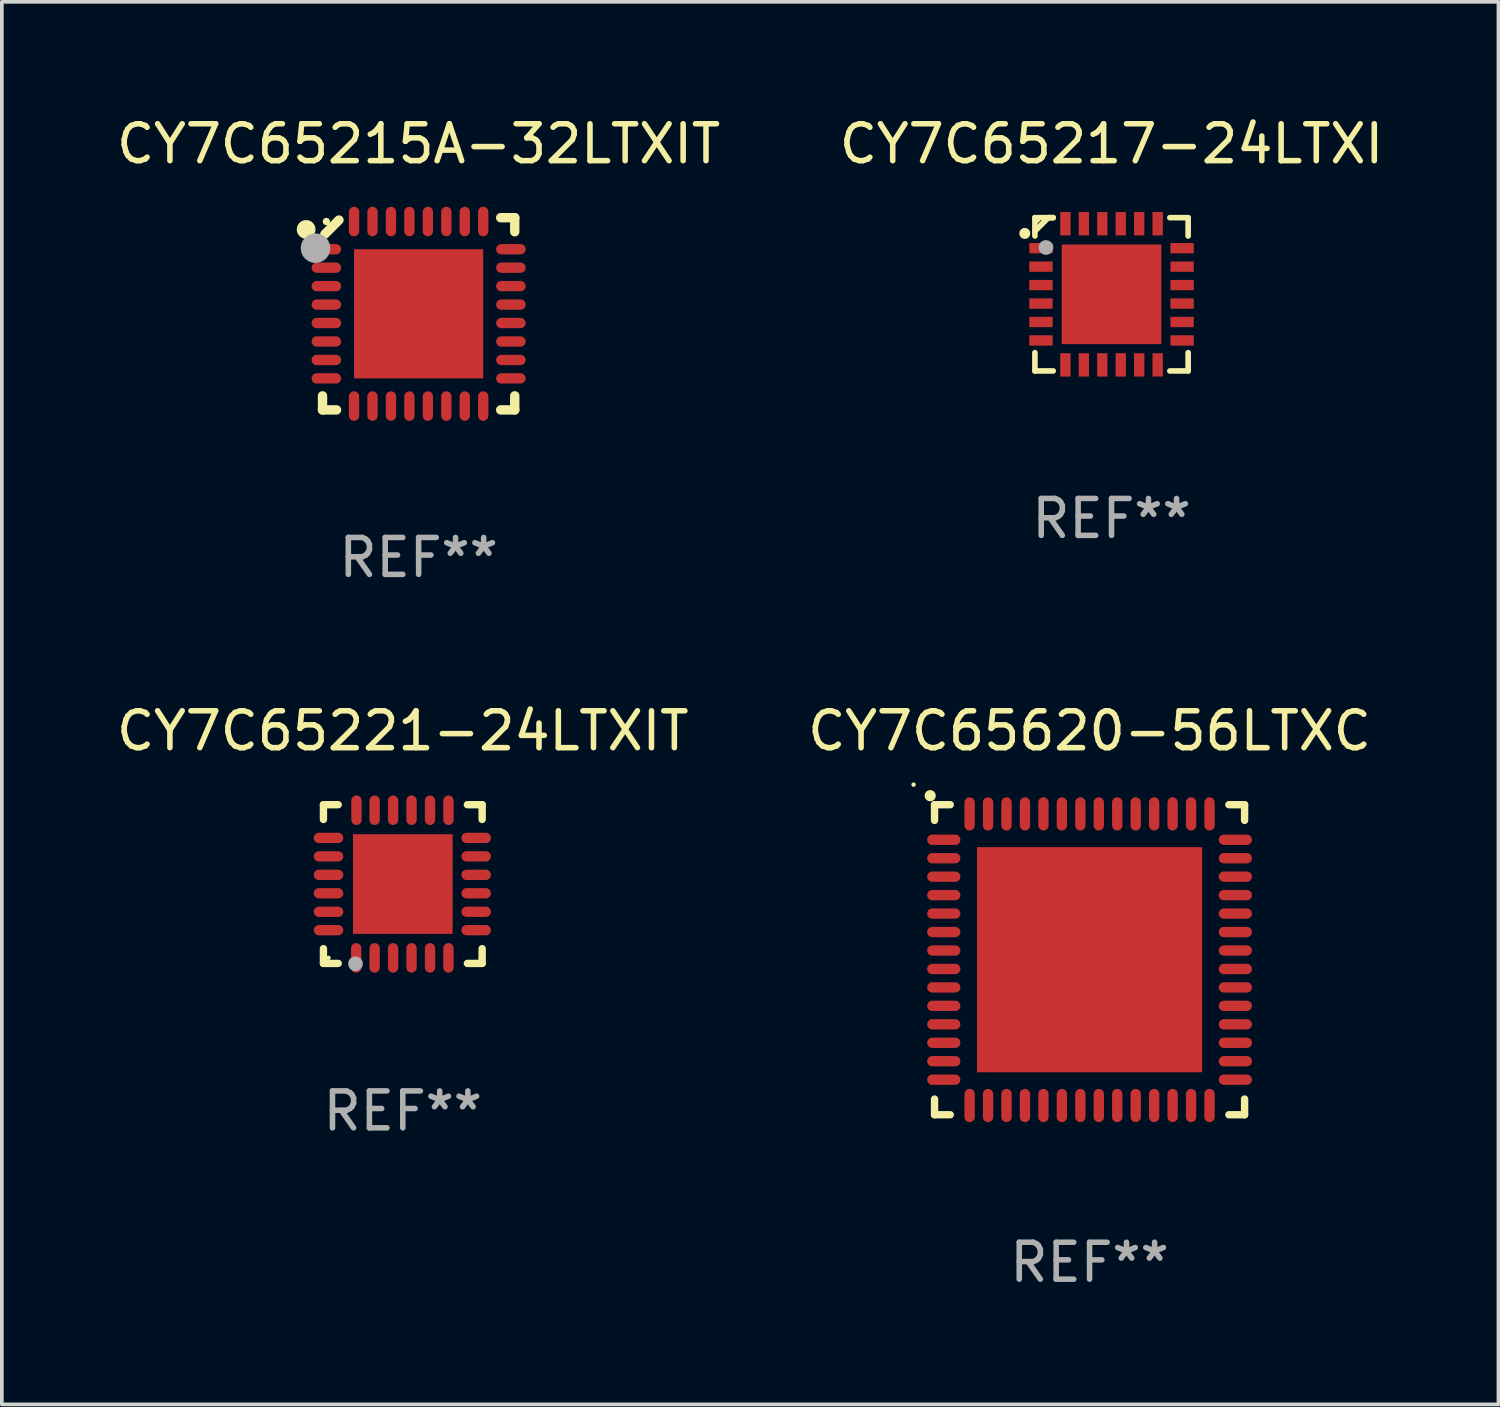
<source format=kicad_pcb>
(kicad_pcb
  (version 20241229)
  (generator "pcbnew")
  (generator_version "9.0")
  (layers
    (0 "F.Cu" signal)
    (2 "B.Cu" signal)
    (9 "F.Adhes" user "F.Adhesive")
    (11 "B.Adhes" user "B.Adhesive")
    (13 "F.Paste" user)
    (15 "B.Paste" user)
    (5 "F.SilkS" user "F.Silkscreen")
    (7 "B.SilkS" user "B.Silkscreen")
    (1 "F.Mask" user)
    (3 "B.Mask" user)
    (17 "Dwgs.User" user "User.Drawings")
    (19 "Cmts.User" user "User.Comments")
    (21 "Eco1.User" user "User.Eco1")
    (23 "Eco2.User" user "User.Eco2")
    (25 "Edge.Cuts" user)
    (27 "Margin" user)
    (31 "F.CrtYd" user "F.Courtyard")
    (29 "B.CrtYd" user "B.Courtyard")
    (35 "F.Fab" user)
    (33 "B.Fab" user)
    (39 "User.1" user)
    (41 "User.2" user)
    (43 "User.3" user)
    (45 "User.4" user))
  (footprint "CY7C65215A-32LTXIT"
    (layer "F.Cu")
    (at 8.292 5.452)
    (property "Reference" "CY7C65215A-32LTXIT" (at 0 -4.604 0) (layer "F.SilkS") (effects (font (size 1 1) (thickness 0.15))))
    (attr through_hole)
    (fp_line (start -2.604 2.223) (end -2.604 2.604) (stroke (width 0.254) (type solid)) (layer "F.SilkS"))
    (fp_line (start -2.604 2.604) (end -2.223 2.604) (stroke (width 0.254) (type solid)) (layer "F.SilkS"))
    (fp_line (start -2.159 -2.54) (end -2.54 -2.159) (stroke (width 0.254) (type solid)) (layer "F.SilkS"))
    (fp_line (start 2.223 2.604) (end 2.604 2.604) (stroke (width 0.254) (type solid)) (layer "F.SilkS"))
    (fp_line (start 2.604 -2.604) (end 2.223 -2.604) (stroke (width 0.254) (type solid)) (layer "F.SilkS"))
    (fp_line (start 2.604 -2.223) (end 2.604 -2.604) (stroke (width 0.254) (type solid)) (layer "F.SilkS"))
    (fp_line (start 2.604 2.604) (end 2.604 2.223) (stroke (width 0.254) (type solid)) (layer "F.SilkS"))
    (fp_circle (center -3.048 -2.286) (end -2.921 -2.286) (stroke (width 0.254) (type solid)) (fill no) (layer "F.SilkS"))
    (fp_circle (center -2.5 -2.5) (end -2.45 -2.5) (stroke (width 0.1) (type solid)) (fill no) (layer "F.SilkS"))
    (fp_circle (center -2.794 -1.778) (end -2.594 -1.778) (stroke (width 0.4) (type solid)) (fill no) (layer "F.Fab"))
    (fp_text user "REF**" (at 0 6.604 0) (layer "F.Fab") (effects (font (size 1 1) (thickness 0.15))))
    (pad "1" smd oval (at -2.5 -1.75) (size 0.8 0.28) (layers "F.Cu" "F.Mask" "F.Paste"))
    (pad "2" smd oval (at -2.5 -1.25) (size 0.8 0.28) (layers "F.Cu" "F.Mask" "F.Paste"))
    (pad "3" smd oval (at -2.5 -0.75) (size 0.8 0.28) (layers "F.Cu" "F.Mask" "F.Paste"))
    (pad "4" smd oval (at -2.5 -0.25) (size 0.8 0.28) (layers "F.Cu" "F.Mask" "F.Paste"))
    (pad "5" smd oval (at -2.5 0.25) (size 0.8 0.28) (layers "F.Cu" "F.Mask" "F.Paste"))
    (pad "6" smd oval (at -2.5 0.75) (size 0.8 0.28) (layers "F.Cu" "F.Mask" "F.Paste"))
    (pad "7" smd oval (at -2.5 1.25) (size 0.8 0.28) (layers "F.Cu" "F.Mask" "F.Paste"))
    (pad "8" smd oval (at -2.5 1.75) (size 0.8 0.28) (layers "F.Cu" "F.Mask" "F.Paste"))
    (pad "9" smd oval (at -1.75 2.5) (size 0.28 0.8) (layers "F.Cu" "F.Mask" "F.Paste"))
    (pad "10" smd oval (at -1.25 2.5) (size 0.28 0.8) (layers "F.Cu" "F.Mask" "F.Paste"))
    (pad "11" smd oval (at -0.75 2.5) (size 0.28 0.8) (layers "F.Cu" "F.Mask" "F.Paste"))
    (pad "12" smd oval (at -0.25 2.5) (size 0.28 0.8) (layers "F.Cu" "F.Mask" "F.Paste"))
    (pad "13" smd oval (at 0.25 2.5) (size 0.28 0.8) (layers "F.Cu" "F.Mask" "F.Paste"))
    (pad "14" smd oval (at 0.75 2.5) (size 0.28 0.8) (layers "F.Cu" "F.Mask" "F.Paste"))
    (pad "15" smd oval (at 1.25 2.5) (size 0.28 0.8) (layers "F.Cu" "F.Mask" "F.Paste"))
    (pad "16" smd oval (at 1.75 2.5) (size 0.28 0.8) (layers "F.Cu" "F.Mask" "F.Paste"))
    (pad "17" smd oval (at 2.5 1.75) (size 0.8 0.28) (layers "F.Cu" "F.Mask" "F.Paste"))
    (pad "18" smd oval (at 2.5 1.25) (size 0.8 0.28) (layers "F.Cu" "F.Mask" "F.Paste"))
    (pad "19" smd oval (at 2.5 0.75) (size 0.8 0.28) (layers "F.Cu" "F.Mask" "F.Paste"))
    (pad "20" smd oval (at 2.5 0.25) (size 0.8 0.28) (layers "F.Cu" "F.Mask" "F.Paste"))
    (pad "21" smd oval (at 2.5 -0.25) (size 0.8 0.28) (layers "F.Cu" "F.Mask" "F.Paste"))
    (pad "22" smd oval (at 2.5 -0.75) (size 0.8 0.28) (layers "F.Cu" "F.Mask" "F.Paste"))
    (pad "23" smd oval (at 2.5 -1.25) (size 0.8 0.28) (layers "F.Cu" "F.Mask" "F.Paste"))
    (pad "24" smd oval (at 2.5 -1.75) (size 0.8 0.28) (layers "F.Cu" "F.Mask" "F.Paste"))
    (pad "25" smd oval (at 1.75 -2.5) (size 0.28 0.8) (layers "F.Cu" "F.Mask" "F.Paste"))
    (pad "26" smd oval (at 1.25 -2.5) (size 0.28 0.8) (layers "F.Cu" "F.Mask" "F.Paste"))
    (pad "27" smd oval (at 0.75 -2.5) (size 0.28 0.8) (layers "F.Cu" "F.Mask" "F.Paste"))
    (pad "28" smd oval (at 0.25 -2.5) (size 0.28 0.8) (layers "F.Cu" "F.Mask" "F.Paste"))
    (pad "29" smd oval (at -0.25 -2.5) (size 0.28 0.8) (layers "F.Cu" "F.Mask" "F.Paste"))
    (pad "30" smd oval (at -0.75 -2.5) (size 0.28 0.8) (layers "F.Cu" "F.Mask" "F.Paste"))
    (pad "31" smd oval (at -1.25 -2.5) (size 0.28 0.8) (layers "F.Cu" "F.Mask" "F.Paste"))
    (pad "32" smd oval (at -1.75 -2.5) (size 0.28 0.8) (layers "F.Cu" "F.Mask" "F.Paste"))
    (pad "33" smd rect (at 0.000076 0.000076) (size 3.5 3.5) (layers "F.Cu" "F.Mask" "F.Paste")))
  (footprint "CY7C65221-24LTXIT"
    (layer "F.Cu")
    (at 7.863 20.902)
    (property "Reference" "CY7C65221-24LTXIT" (at 0 -4.15 0) (layer "F.SilkS") (effects (font (size 1 1) (thickness 0.15))))
    (attr through_hole)
    (fp_line (start -2.15 -2.15) (end -1.75 -2.15) (stroke (width 0.2) (type solid)) (layer "F.SilkS"))
    (fp_line (start -2.15 -1.75) (end -2.15 -2.15) (stroke (width 0.2) (type solid)) (layer "F.SilkS"))
    (fp_line (start -2.15 2.15) (end -2.15 1.75) (stroke (width 0.2) (type solid)) (layer "F.SilkS"))
    (fp_line (start -1.75 2.15) (end -2.15 2.15) (stroke (width 0.2) (type solid)) (layer "F.SilkS"))
    (fp_line (start 2.15 -2.15) (end 1.75 -2.15) (stroke (width 0.2) (type solid)) (layer "F.SilkS"))
    (fp_line (start 2.15 -1.75) (end 2.15 -2.15) (stroke (width 0.2) (type solid)) (layer "F.SilkS"))
    (fp_line (start 2.15 1.75) (end 2.15 2.15) (stroke (width 0.2) (type solid)) (layer "F.SilkS"))
    (fp_line (start 2.15 2.15) (end 1.75 2.15) (stroke (width 0.2) (type solid)) (layer "F.SilkS"))
    (fp_circle (center -2.013 2) (end -1.983 2) (stroke (width 0.06) (type solid)) (fill no) (layer "F.SilkS"))
    (fp_circle (center -1.282 2.159) (end -1.182 2.159) (stroke (width 0.2) (type solid)) (fill no) (layer "F.Fab"))
    (fp_text user "REF**" (at 0 6.15 0) (layer "F.Fab") (effects (font (size 1 1) (thickness 0.15))))
    (pad "1" smd oval (at -1.262 2) (size 0.28 0.8) (layers "F.Cu" "F.Mask" "F.Paste"))
    (pad "2" smd oval (at -0.763 2) (size 0.28 0.8) (layers "F.Cu" "F.Mask" "F.Paste"))
    (pad "3" smd oval (at -0.262 2) (size 0.28 0.8) (layers "F.Cu" "F.Mask" "F.Paste"))
    (pad "4" smd oval (at 0.237 2) (size 0.28 0.8) (layers "F.Cu" "F.Mask" "F.Paste"))
    (pad "5" smd oval (at 0.738 2) (size 0.28 0.8) (layers "F.Cu" "F.Mask" "F.Paste"))
    (pad "6" smd oval (at 1.237 2) (size 0.28 0.8) (layers "F.Cu" "F.Mask" "F.Paste"))
    (pad "7" smd oval (at 1.988 1.25) (size 0.8 0.28) (layers "F.Cu" "F.Mask" "F.Paste"))
    (pad "8" smd oval (at 1.988 0.75) (size 0.8 0.28) (layers "F.Cu" "F.Mask" "F.Paste"))
    (pad "9" smd oval (at 1.988 0.25) (size 0.8 0.28) (layers "F.Cu" "F.Mask" "F.Paste"))
    (pad "10" smd oval (at 1.988 -0.25) (size 0.8 0.28) (layers "F.Cu" "F.Mask" "F.Paste"))
    (pad "11" smd oval (at 1.988 -0.75) (size 0.8 0.28) (layers "F.Cu" "F.Mask" "F.Paste"))
    (pad "12" smd oval (at 1.988 -1.25) (size 0.8 0.28) (layers "F.Cu" "F.Mask" "F.Paste"))
    (pad "13" smd oval (at 1.237 -2) (size 0.28 0.8) (layers "F.Cu" "F.Mask" "F.Paste"))
    (pad "14" smd oval (at 0.738 -2) (size 0.28 0.8) (layers "F.Cu" "F.Mask" "F.Paste"))
    (pad "15" smd oval (at 0.237 -2) (size 0.28 0.8) (layers "F.Cu" "F.Mask" "F.Paste"))
    (pad "16" smd oval (at -0.262 -2) (size 0.28 0.8) (layers "F.Cu" "F.Mask" "F.Paste"))
    (pad "17" smd oval (at -0.763 -2) (size 0.28 0.8) (layers "F.Cu" "F.Mask" "F.Paste"))
    (pad "18" smd oval (at -1.255 -2) (size 0.28 0.8) (layers "F.Cu" "F.Mask" "F.Paste"))
    (pad "19" smd oval (at -2.012 -1.25) (size 0.8 0.28) (layers "F.Cu" "F.Mask" "F.Paste"))
    (pad "20" smd oval (at -2.012 -0.75) (size 0.8 0.28) (layers "F.Cu" "F.Mask" "F.Paste"))
    (pad "21" smd oval (at -2.012 -0.25) (size 0.8 0.28) (layers "F.Cu" "F.Mask" "F.Paste"))
    (pad "22" smd oval (at -2.012 0.25) (size 0.8 0.28) (layers "F.Cu" "F.Mask" "F.Paste"))
    (pad "23" smd oval (at -2.012 0.75) (size 0.8 0.28) (layers "F.Cu" "F.Mask" "F.Paste"))
    (pad "24" smd oval (at -2.012 1.25) (size 0.8 0.28) (layers "F.Cu" "F.Mask" "F.Paste"))
    (pad "25" smd rect (at -0.000013 -0.000025) (size 2.7 2.7) (layers "F.Cu" "F.Mask" "F.Paste")))
  (footprint "CY7C65217-24LTXI"
    (layer "F.Cu")
    (at 27.065 4.924)
    (property "Reference" "CY7C65217-24LTXI" (at 0 -4.076 0) (layer "F.SilkS") (effects (font (size 1 1) (thickness 0.15))))
    (attr through_hole)
    (fp_line (start -2.076 -2.076) (end -2.076 -1.58) (stroke (width 0.152) (type solid)) (layer "F.SilkS"))
    (fp_line (start -2.076 2.076) (end -2.076 1.58) (stroke (width 0.152) (type solid)) (layer "F.SilkS"))
    (fp_line (start -1.713 -2.076) (end -2.076 -1.713) (stroke (width 0.152) (type solid)) (layer "F.SilkS"))
    (fp_line (start -1.58 -2.076) (end -2.076 -2.076) (stroke (width 0.152) (type solid)) (layer "F.SilkS"))
    (fp_line (start -1.58 -2.076) (end -1.713 -2.076) (stroke (width 0.152) (type solid)) (layer "F.SilkS"))
    (fp_line (start -1.58 2.076) (end -2.076 2.076) (stroke (width 0.152) (type solid)) (layer "F.SilkS"))
    (fp_line (start 1.58 -2.076) (end 2.076 -2.076) (stroke (width 0.152) (type solid)) (layer "F.SilkS"))
    (fp_line (start 1.58 2.076) (end 2.076 2.076) (stroke (width 0.152) (type solid)) (layer "F.SilkS"))
    (fp_line (start 2.076 -2.076) (end 2.076 -1.58) (stroke (width 0.152) (type solid)) (layer "F.SilkS"))
    (fp_line (start 2.076 2.076) (end 2.076 1.58) (stroke (width 0.152) (type solid)) (layer "F.SilkS"))
    (fp_circle (center -2.35 -1.65) (end -2.275 -1.65) (stroke (width 0.15) (type solid)) (fill no) (layer "F.SilkS"))
    (fp_circle (center -2 -2) (end -1.97 -2) (stroke (width 0.06) (type solid)) (fill no) (layer "F.SilkS"))
    (fp_circle (center -1.778 -1.27) (end -1.678 -1.27) (stroke (width 0.2) (type solid)) (fill no) (layer "F.Fab"))
    (fp_text user "REF**" (at 0 6.076 0) (layer "F.Fab") (effects (font (size 1 1) (thickness 0.15))))
    (pad "1" smd rect (at -1.912 -1.25) (size 0.633 0.28) (layers "F.Cu" "F.Mask" "F.Paste"))
    (pad "2" smd rect (at -1.912 -0.75) (size 0.633 0.28) (layers "F.Cu" "F.Mask" "F.Paste"))
    (pad "3" smd rect (at -1.912 -0.25) (size 0.633 0.28) (layers "F.Cu" "F.Mask" "F.Paste"))
    (pad "4" smd rect (at -1.912 0.25) (size 0.633 0.28) (layers "F.Cu" "F.Mask" "F.Paste"))
    (pad "5" smd rect (at -1.912 0.75) (size 0.633 0.28) (layers "F.Cu" "F.Mask" "F.Paste"))
    (pad "6" smd rect (at -1.912 1.25) (size 0.633 0.28) (layers "F.Cu" "F.Mask" "F.Paste"))
    (pad "7" smd rect (at -1.25 1.912) (size 0.28 0.633) (layers "F.Cu" "F.Mask" "F.Paste"))
    (pad "8" smd rect (at -0.75 1.912) (size 0.28 0.633) (layers "F.Cu" "F.Mask" "F.Paste"))
    (pad "9" smd rect (at -0.25 1.912) (size 0.28 0.633) (layers "F.Cu" "F.Mask" "F.Paste"))
    (pad "10" smd rect (at 0.25 1.912) (size 0.28 0.633) (layers "F.Cu" "F.Mask" "F.Paste"))
    (pad "11" smd rect (at 0.75 1.912) (size 0.28 0.633) (layers "F.Cu" "F.Mask" "F.Paste"))
    (pad "12" smd rect (at 1.25 1.912) (size 0.28 0.633) (layers "F.Cu" "F.Mask" "F.Paste"))
    (pad "13" smd rect (at 1.912 1.25) (size 0.633 0.28) (layers "F.Cu" "F.Mask" "F.Paste"))
    (pad "14" smd rect (at 1.912 0.75) (size 0.633 0.28) (layers "F.Cu" "F.Mask" "F.Paste"))
    (pad "15" smd rect (at 1.912 0.25) (size 0.633 0.28) (layers "F.Cu" "F.Mask" "F.Paste"))
    (pad "16" smd rect (at 1.912 -0.25) (size 0.633 0.28) (layers "F.Cu" "F.Mask" "F.Paste"))
    (pad "17" smd rect (at 1.912 -0.75) (size 0.633 0.28) (layers "F.Cu" "F.Mask" "F.Paste"))
    (pad "18" smd rect (at 1.912 -1.25) (size 0.633 0.28) (layers "F.Cu" "F.Mask" "F.Paste"))
    (pad "19" smd rect (at 1.25 -1.912) (size 0.28 0.633) (layers "F.Cu" "F.Mask" "F.Paste"))
    (pad "20" smd rect (at 0.75 -1.912) (size 0.28 0.633) (layers "F.Cu" "F.Mask" "F.Paste"))
    (pad "21" smd rect (at 0.25 -1.912) (size 0.28 0.633) (layers "F.Cu" "F.Mask" "F.Paste"))
    (pad "22" smd rect (at -0.25 -1.912) (size 0.28 0.633) (layers "F.Cu" "F.Mask" "F.Paste"))
    (pad "23" smd rect (at -0.75 -1.912) (size 0.28 0.633) (layers "F.Cu" "F.Mask" "F.Paste"))
    (pad "24" smd rect (at -1.25 -1.912) (size 0.28 0.633) (layers "F.Cu" "F.Mask" "F.Paste"))
    (pad "25" smd rect (at 0 0) (size 2.7 2.7) (layers "F.Cu" "F.Mask" "F.Paste")))
  (footprint "CY7C65620-56LTXC"
    (layer "F.Cu")
    (at 26.47 22.952)
    (property "Reference" "CY7C65620-56LTXC" (at 0 -6.2 0) (layer "F.SilkS") (effects (font (size 1 1) (thickness 0.15))))
    (attr through_hole)
    (fp_line (start -4.2 -4.2) (end -3.775 -4.2) (stroke (width 0.2) (type solid)) (layer "F.SilkS"))
    (fp_line (start -4.2 -3.775) (end -4.2 -4.2) (stroke (width 0.2) (type solid)) (layer "F.SilkS"))
    (fp_line (start -4.2 3.775) (end -4.2 4.2) (stroke (width 0.2) (type solid)) (layer "F.SilkS"))
    (fp_line (start -4.2 4.2) (end -3.775 4.2) (stroke (width 0.2) (type solid)) (layer "F.SilkS"))
    (fp_line (start 3.775 4.2) (end 4.2 4.2) (stroke (width 0.2) (type solid)) (layer "F.SilkS"))
    (fp_line (start 4.2 -4.2) (end 3.775 -4.2) (stroke (width 0.2) (type solid)) (layer "F.SilkS"))
    (fp_line (start 4.2 -3.775) (end 4.2 -4.2) (stroke (width 0.2) (type solid)) (layer "F.SilkS"))
    (fp_line (start 4.2 4.2) (end 4.2 3.775) (stroke (width 0.2) (type solid)) (layer "F.SilkS"))
    (fp_arc (start -4.318009 -4.442469) (mid -4.318014 -4.443739) (end -4.318009 -4.445009) (stroke (width 0.3) (type solid)) (layer "F.SilkS"))
    (fp_circle (center -4.768 -4.744) (end -4.738 -4.744) (stroke (width 0.06) (type solid)) (fill no) (layer "F.SilkS"))
    (fp_text user "REF**" (at 0 8.2 0) (layer "F.Fab") (effects (font (size 1 1) (thickness 0.15))))
    (pad "1" smd oval (at -3.95 -3.25 90) (size 0.28 0.9) (layers "F.Cu" "F.Mask" "F.Paste"))
    (pad "2" smd oval (at -3.95 -2.75 90) (size 0.28 0.9) (layers "F.Cu" "F.Mask" "F.Paste"))
    (pad "3" smd oval (at -3.95 -2.25 90) (size 0.28 0.9) (layers "F.Cu" "F.Mask" "F.Paste"))
    (pad "4" smd oval (at -3.95 -1.75 90) (size 0.28 0.9) (layers "F.Cu" "F.Mask" "F.Paste"))
    (pad "5" smd oval (at -3.95 -1.25 90) (size 0.28 0.9) (layers "F.Cu" "F.Mask" "F.Paste"))
    (pad "6" smd oval (at -3.95 -0.75 90) (size 0.28 0.9) (layers "F.Cu" "F.Mask" "F.Paste"))
    (pad "7" smd oval (at -3.95 -0.25 90) (size 0.28 0.9) (layers "F.Cu" "F.Mask" "F.Paste"))
    (pad "8" smd oval (at -3.95 0.25 90) (size 0.28 0.9) (layers "F.Cu" "F.Mask" "F.Paste"))
    (pad "9" smd oval (at -3.95 0.75 90) (size 0.28 0.9) (layers "F.Cu" "F.Mask" "F.Paste"))
    (pad "10" smd oval (at -3.95 1.25 90) (size 0.28 0.9) (layers "F.Cu" "F.Mask" "F.Paste"))
    (pad "11" smd oval (at -3.95 1.75 90) (size 0.28 0.9) (layers "F.Cu" "F.Mask" "F.Paste"))
    (pad "12" smd oval (at -3.95 2.25 90) (size 0.28 0.9) (layers "F.Cu" "F.Mask" "F.Paste"))
    (pad "13" smd oval (at -3.95 2.75 90) (size 0.28 0.9) (layers "F.Cu" "F.Mask" "F.Paste"))
    (pad "14" smd oval (at -3.95 3.25 90) (size 0.28 0.9) (layers "F.Cu" "F.Mask" "F.Paste"))
    (pad "15" smd oval (at -3.25 3.95) (size 0.28 0.9) (layers "F.Cu" "F.Mask" "F.Paste"))
    (pad "16" smd oval (at -2.75 3.95) (size 0.28 0.9) (layers "F.Cu" "F.Mask" "F.Paste"))
    (pad "17" smd oval (at -2.25 3.95) (size 0.28 0.9) (layers "F.Cu" "F.Mask" "F.Paste"))
    (pad "18" smd oval (at -1.75 3.95) (size 0.28 0.9) (layers "F.Cu" "F.Mask" "F.Paste"))
    (pad "19" smd oval (at -1.25 3.95) (size 0.28 0.9) (layers "F.Cu" "F.Mask" "F.Paste"))
    (pad "20" smd oval (at -0.75 3.95) (size 0.28 0.9) (layers "F.Cu" "F.Mask" "F.Paste"))
    (pad "21" smd oval (at -0.25 3.95) (size 0.28 0.9) (layers "F.Cu" "F.Mask" "F.Paste"))
    (pad "22" smd oval (at 0.25 3.95) (size 0.28 0.9) (layers "F.Cu" "F.Mask" "F.Paste"))
    (pad "23" smd oval (at 0.75 3.95) (size 0.28 0.9) (layers "F.Cu" "F.Mask" "F.Paste"))
    (pad "24" smd oval (at 1.25 3.95) (size 0.28 0.9) (layers "F.Cu" "F.Mask" "F.Paste"))
    (pad "25" smd oval (at 1.75 3.95) (size 0.28 0.9) (layers "F.Cu" "F.Mask" "F.Paste"))
    (pad "26" smd oval (at 2.25 3.95) (size 0.28 0.9) (layers "F.Cu" "F.Mask" "F.Paste"))
    (pad "27" smd oval (at 2.75 3.95) (size 0.28 0.9) (layers "F.Cu" "F.Mask" "F.Paste"))
    (pad "28" smd oval (at 3.25 3.95) (size 0.28 0.9) (layers "F.Cu" "F.Mask" "F.Paste"))
    (pad "29" smd oval (at 3.95 3.25 90) (size 0.28 0.9) (layers "F.Cu" "F.Mask" "F.Paste"))
    (pad "30" smd oval (at 3.95 2.75 90) (size 0.28 0.9) (layers "F.Cu" "F.Mask" "F.Paste"))
    (pad "31" smd oval (at 3.95 2.25 90) (size 0.28 0.9) (layers "F.Cu" "F.Mask" "F.Paste"))
    (pad "32" smd oval (at 3.95 1.75 90) (size 0.28 0.9) (layers "F.Cu" "F.Mask" "F.Paste"))
    (pad "33" smd oval (at 3.95 1.25 90) (size 0.28 0.9) (layers "F.Cu" "F.Mask" "F.Paste"))
    (pad "34" smd oval (at 3.95 0.75 90) (size 0.28 0.9) (layers "F.Cu" "F.Mask" "F.Paste"))
    (pad "35" smd oval (at 3.95 0.25 90) (size 0.28 0.9) (layers "F.Cu" "F.Mask" "F.Paste"))
    (pad "36" smd oval (at 3.95 -0.25 90) (size 0.28 0.9) (layers "F.Cu" "F.Mask" "F.Paste"))
    (pad "37" smd oval (at 3.95 -0.75 90) (size 0.28 0.9) (layers "F.Cu" "F.Mask" "F.Paste"))
    (pad "38" smd oval (at 3.95 -1.25 90) (size 0.28 0.9) (layers "F.Cu" "F.Mask" "F.Paste"))
    (pad "39" smd oval (at 3.95 -1.75 90) (size 0.28 0.9) (layers "F.Cu" "F.Mask" "F.Paste"))
    (pad "40" smd oval (at 3.95 -2.25 90) (size 0.28 0.9) (layers "F.Cu" "F.Mask" "F.Paste"))
    (pad "41" smd oval (at 3.95 -2.75 90) (size 0.28 0.9) (layers "F.Cu" "F.Mask" "F.Paste"))
    (pad "42" smd oval (at 3.95 -3.25 90) (size 0.28 0.9) (layers "F.Cu" "F.Mask" "F.Paste"))
    (pad "43" smd oval (at 3.25 -3.95) (size 0.28 0.9) (layers "F.Cu" "F.Mask" "F.Paste"))
    (pad "44" smd oval (at 2.75 -3.95) (size 0.28 0.9) (layers "F.Cu" "F.Mask" "F.Paste"))
    (pad "45" smd oval (at 2.25 -3.95) (size 0.28 0.9) (layers "F.Cu" "F.Mask" "F.Paste"))
    (pad "46" smd oval (at 1.75 -3.95) (size 0.28 0.9) (layers "F.Cu" "F.Mask" "F.Paste"))
    (pad "47" smd oval (at 1.25 -3.95) (size 0.28 0.9) (layers "F.Cu" "F.Mask" "F.Paste"))
    (pad "48" smd oval (at 0.75 -3.95) (size 0.28 0.9) (layers "F.Cu" "F.Mask" "F.Paste"))
    (pad "49" smd oval (at 0.25 -3.95) (size 0.28 0.9) (layers "F.Cu" "F.Mask" "F.Paste"))
    (pad "50" smd oval (at -0.25 -3.95) (size 0.28 0.9) (layers "F.Cu" "F.Mask" "F.Paste"))
    (pad "51" smd oval (at -0.75 -3.95) (size 0.28 0.9) (layers "F.Cu" "F.Mask" "F.Paste"))
    (pad "52" smd oval (at -1.25 -3.95) (size 0.28 0.9) (layers "F.Cu" "F.Mask" "F.Paste"))
    (pad "53" smd oval (at -1.75 -3.95) (size 0.28 0.9) (layers "F.Cu" "F.Mask" "F.Paste"))
    (pad "54" smd oval (at -2.25 -3.95) (size 0.28 0.9) (layers "F.Cu" "F.Mask" "F.Paste"))
    (pad "55" smd oval (at -2.75 -3.95) (size 0.28 0.9) (layers "F.Cu" "F.Mask" "F.Paste"))
    (pad "56" smd oval (at -3.25 -3.95) (size 0.28 0.9) (layers "F.Cu" "F.Mask" "F.Paste"))
    (pad "57" smd rect (at 0 0) (size 6.1 6.1) (layers "F.Cu" "F.Mask" "F.Paste")))
  (gr_rect
    (start -3 -3)
    (end 37.548 35)
    (stroke (width 0.1) (type default))
    (fill no)
    (layer "Edge.Cuts")))
</source>
